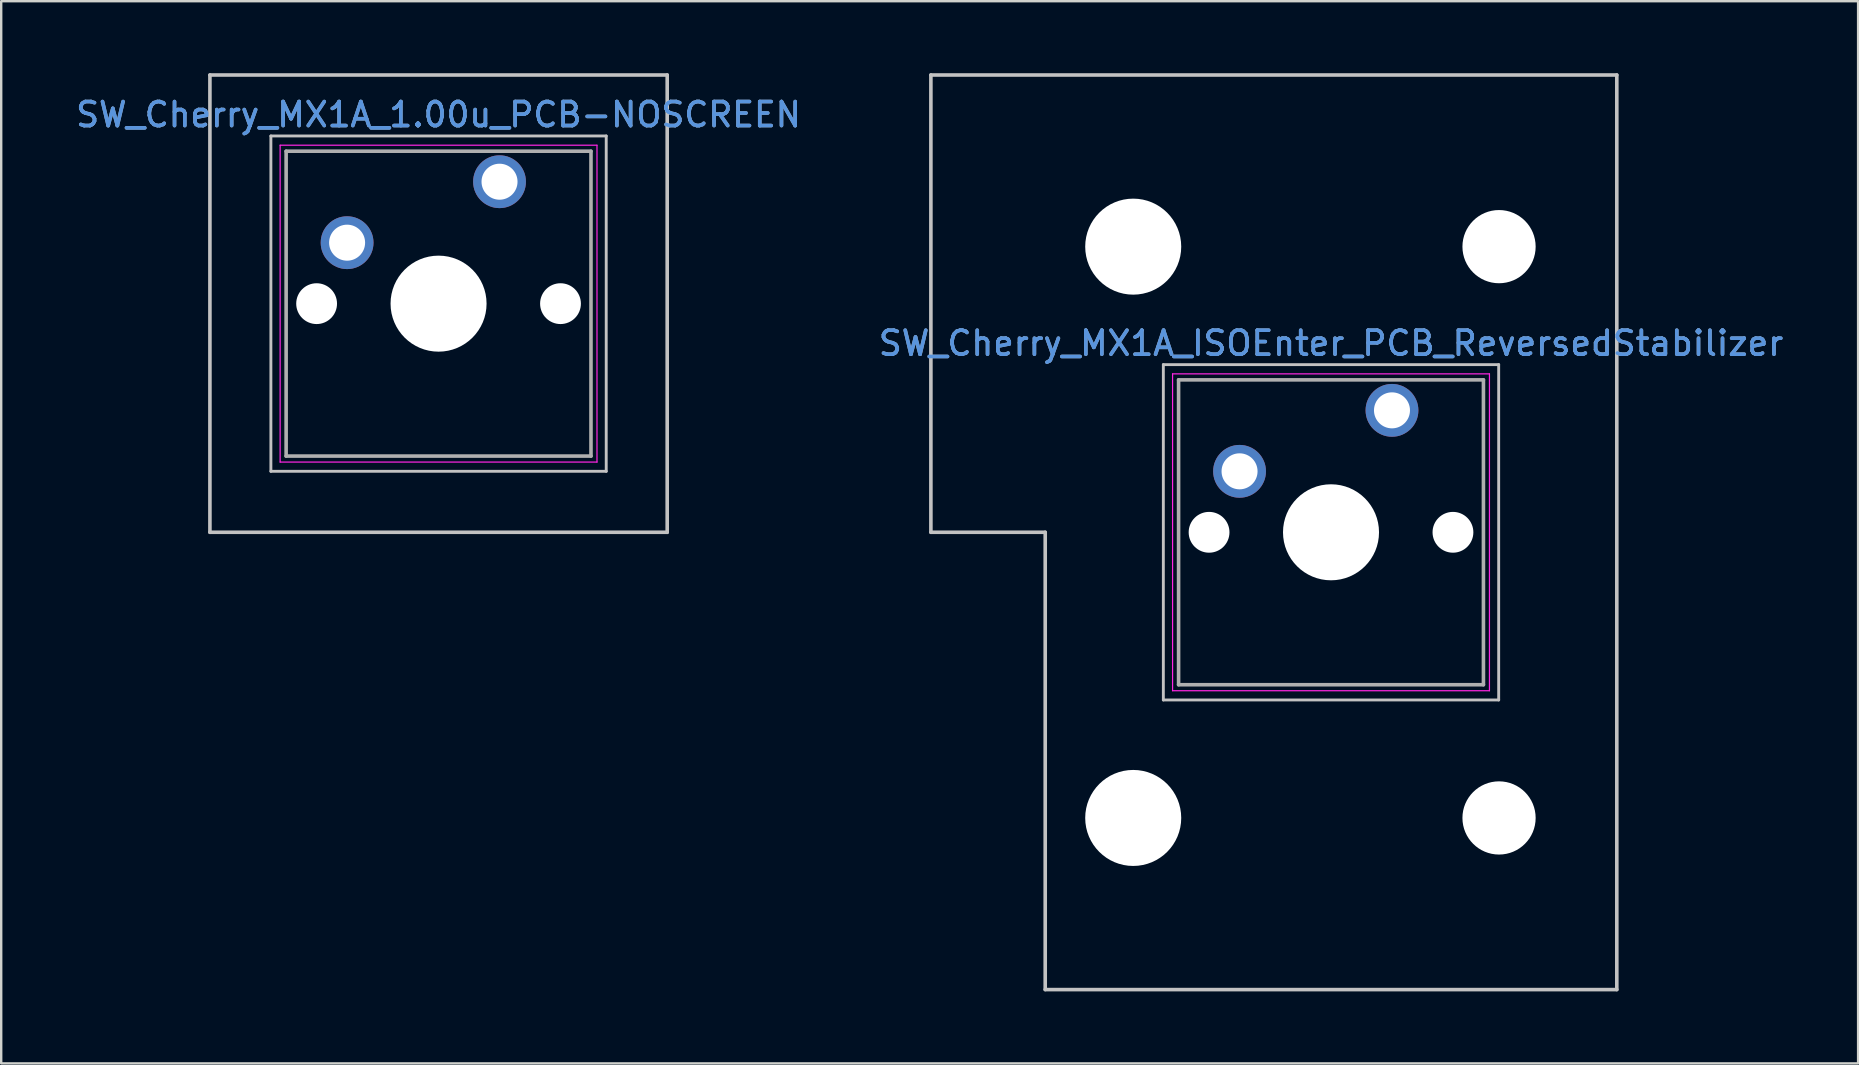
<source format=kicad_pcb>
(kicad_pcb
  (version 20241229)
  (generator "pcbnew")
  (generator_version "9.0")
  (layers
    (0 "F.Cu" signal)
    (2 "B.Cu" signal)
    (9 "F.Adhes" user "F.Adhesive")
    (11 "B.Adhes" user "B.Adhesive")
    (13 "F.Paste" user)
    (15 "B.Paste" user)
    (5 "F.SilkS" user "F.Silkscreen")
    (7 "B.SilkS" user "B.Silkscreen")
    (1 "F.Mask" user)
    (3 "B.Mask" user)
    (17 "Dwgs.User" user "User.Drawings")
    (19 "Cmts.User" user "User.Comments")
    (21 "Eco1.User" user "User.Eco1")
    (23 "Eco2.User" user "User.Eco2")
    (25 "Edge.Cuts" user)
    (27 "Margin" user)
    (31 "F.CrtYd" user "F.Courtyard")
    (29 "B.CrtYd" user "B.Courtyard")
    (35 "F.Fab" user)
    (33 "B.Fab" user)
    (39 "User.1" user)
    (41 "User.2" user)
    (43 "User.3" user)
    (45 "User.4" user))
  (footprint "SW_Cherry_MX1A_1.00u_PCB-NOSCREEN"
    (layer "F.Cu")
    (at 17.76 4.52)
    (property "Reference" "SW_Cherry_MX1A_1.00u_PCB-NOSCREEN" (at -2.54 -2.794 0) (layer "Cmts.User") (effects (font (size 1 1) (thickness 0.15))))
    (attr through_hole)
    (fp_line (start -12.065 -4.445) (end 6.985 -4.445) (stroke (width 0.15) (type solid)) (layer "Dwgs.User"))
    (fp_line (start -12.065 14.605) (end -12.065 -4.445) (stroke (width 0.15) (type solid)) (layer "Dwgs.User"))
    (fp_line (start -9.525 -1.905) (end 4.445 -1.905) (stroke (width 0.12) (type solid)) (layer "Dwgs.User"))
    (fp_line (start -9.525 12.065) (end -9.525 -1.905) (stroke (width 0.12) (type solid)) (layer "Dwgs.User"))
    (fp_line (start 4.445 -1.905) (end 4.445 12.065) (stroke (width 0.12) (type solid)) (layer "Dwgs.User"))
    (fp_line (start 4.445 12.065) (end -9.525 12.065) (stroke (width 0.12) (type solid)) (layer "Dwgs.User"))
    (fp_line (start 6.985 -4.445) (end 6.985 14.605) (stroke (width 0.15) (type solid)) (layer "Dwgs.User"))
    (fp_line (start 6.985 14.605) (end -12.065 14.605) (stroke (width 0.15) (type solid)) (layer "Dwgs.User"))
    (fp_line (start -9.14 -1.52) (end 4.06 -1.52) (stroke (width 0.05) (type solid)) (layer "F.CrtYd"))
    (fp_line (start -9.14 11.68) (end -9.14 -1.52) (stroke (width 0.05) (type solid)) (layer "F.CrtYd"))
    (fp_line (start 4.06 -1.52) (end 4.06 11.68) (stroke (width 0.05) (type solid)) (layer "F.CrtYd"))
    (fp_line (start 4.06 11.68) (end -9.14 11.68) (stroke (width 0.05) (type solid)) (layer "F.CrtYd"))
    (fp_line (start -8.89 -1.27) (end 3.81 -1.27) (stroke (width 0.15) (type solid)) (layer "F.Fab"))
    (fp_line (start -8.89 11.43) (end -8.89 -1.27) (stroke (width 0.15) (type solid)) (layer "F.Fab"))
    (fp_line (start 3.81 -1.27) (end 3.81 11.43) (stroke (width 0.15) (type solid)) (layer "F.Fab"))
    (fp_line (start 3.81 11.43) (end -8.89 11.43) (stroke (width 0.15) (type solid)) (layer "F.Fab"))
    (fp_text user "${REFERENCE}" (at -2.54 -2.794 0) (layer "F.Fab") (effects (font (size 1 1) (thickness 0.15))))
    (pad "" np_thru_hole circle (at -7.62 5.08) (size 1.7 1.7) (drill 1.7) (layers "*.Cu" "*.Mask"))
    (pad "" np_thru_hole circle (at -2.54 5.08) (size 4 4) (drill 4) (layers "*.Cu" "*.Mask"))
    (pad "" np_thru_hole circle (at 2.54 5.08) (size 1.7 1.7) (drill 1.7) (layers "*.Cu" "*.Mask"))
    (pad "1" thru_hole circle (at -6.35 2.54) (size 2.2 2.2) (drill 1.5) (layers "*.Cu" "*.Mask"))
    (pad "2" thru_hole circle (at 0 0) (size 2.2 2.2) (drill 1.5) (layers "*.Cu" "*.Mask")))
  (footprint "SW_Cherry_MX1A_ISOEnter_PCB_ReversedStabilizer"
    (layer "F.Cu")
    (at 54.939 14.045)
    (property "Reference" "SW_Cherry_MX1A_ISOEnter_PCB_ReversedStabilizer" (at -2.54 -2.794 0) (layer "Cmts.User") (effects (font (size 1 1) (thickness 0.15))))
    (attr through_hole)
    (fp_line (start -19.209 -13.97) (end 9.366 -13.97) (stroke (width 0.15) (type solid)) (layer "Dwgs.User"))
    (fp_line (start -19.209 5.08) (end -19.209 -13.97) (stroke (width 0.15) (type solid)) (layer "Dwgs.User"))
    (fp_line (start -14.446 5.08) (end -19.209 5.08) (stroke (width 0.15) (type solid)) (layer "Dwgs.User"))
    (fp_line (start -14.446 24.13) (end -14.446 5.08) (stroke (width 0.15) (type solid)) (layer "Dwgs.User"))
    (fp_line (start -9.525 -1.905) (end 4.445 -1.905) (stroke (width 0.12) (type solid)) (layer "Dwgs.User"))
    (fp_line (start -9.525 12.065) (end -9.525 -1.905) (stroke (width 0.12) (type solid)) (layer "Dwgs.User"))
    (fp_line (start 4.445 -1.905) (end 4.445 12.065) (stroke (width 0.12) (type solid)) (layer "Dwgs.User"))
    (fp_line (start 4.445 12.065) (end -9.525 12.065) (stroke (width 0.12) (type solid)) (layer "Dwgs.User"))
    (fp_line (start 9.366 -13.97) (end 9.366 24.13) (stroke (width 0.15) (type solid)) (layer "Dwgs.User"))
    (fp_line (start 9.366 24.13) (end -14.446 24.13) (stroke (width 0.15) (type solid)) (layer "Dwgs.User"))
    (fp_line (start -9.14 -1.52) (end 4.06 -1.52) (stroke (width 0.05) (type solid)) (layer "F.CrtYd"))
    (fp_line (start -9.14 11.68) (end -9.14 -1.52) (stroke (width 0.05) (type solid)) (layer "F.CrtYd"))
    (fp_line (start 4.06 -1.52) (end 4.06 11.68) (stroke (width 0.05) (type solid)) (layer "F.CrtYd"))
    (fp_line (start 4.06 11.68) (end -9.14 11.68) (stroke (width 0.05) (type solid)) (layer "F.CrtYd"))
    (fp_line (start -8.89 -1.27) (end 3.81 -1.27) (stroke (width 0.15) (type solid)) (layer "F.Fab"))
    (fp_line (start -8.89 11.43) (end -8.89 -1.27) (stroke (width 0.15) (type solid)) (layer "F.Fab"))
    (fp_line (start 3.81 -1.27) (end 3.81 11.43) (stroke (width 0.15) (type solid)) (layer "F.Fab"))
    (fp_line (start 3.81 11.43) (end -8.89 11.43) (stroke (width 0.15) (type solid)) (layer "F.Fab"))
    (fp_text user "${REFERENCE}" (at -2.54 -2.794 0) (layer "F.Fab") (effects (font (size 1 1) (thickness 0.15))))
    (pad "" np_thru_hole circle (at -10.78 -6.82 180) (size 4 4) (drill 4) (layers "*.Cu" "*.Mask"))
    (pad "" np_thru_hole circle (at -10.78 16.98 180) (size 4 4) (drill 4) (layers "*.Cu" "*.Mask"))
    (pad "" np_thru_hole circle (at -7.62 5.08) (size 1.7 1.7) (drill 1.7) (layers "*.Cu" "*.Mask"))
    (pad "" np_thru_hole circle (at -2.54 5.08) (size 4 4) (drill 4) (layers "*.Cu" "*.Mask"))
    (pad "" np_thru_hole circle (at 2.54 5.08) (size 1.7 1.7) (drill 1.7) (layers "*.Cu" "*.Mask"))
    (pad "" np_thru_hole circle (at 4.46 -6.82 180) (size 3.05 3.05) (drill 3.05) (layers "*.Cu" "*.Mask"))
    (pad "" np_thru_hole circle (at 4.46 16.98 180) (size 3.05 3.05) (drill 3.05) (layers "*.Cu" "*.Mask"))
    (pad "1" thru_hole circle (at -6.35 2.54) (size 2.2 2.2) (drill 1.5) (layers "*.Cu" "*.Mask"))
    (pad "2" thru_hole circle (at 0 0) (size 2.2 2.2) (drill 1.5) (layers "*.Cu" "*.Mask")))
  (gr_rect
    (start -3 -3)
    (end 74.357 41.25)
    (stroke (width 0.1) (type default))
    (fill no)
    (layer "Edge.Cuts")))
</source>
